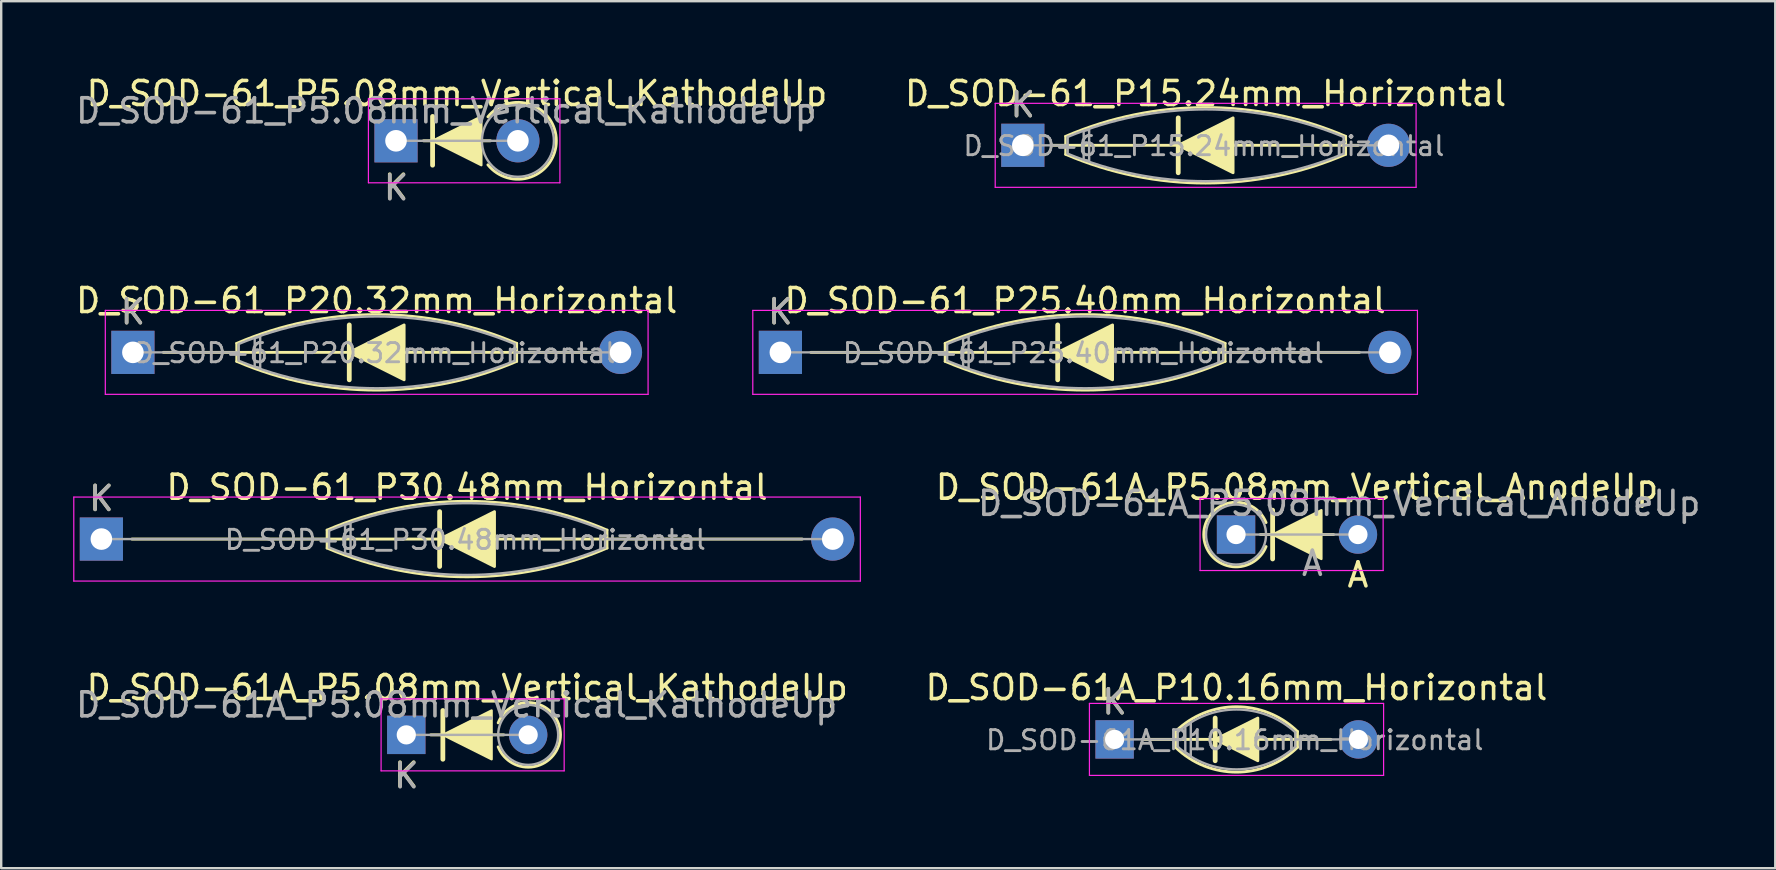
<source format=kicad_pcb>
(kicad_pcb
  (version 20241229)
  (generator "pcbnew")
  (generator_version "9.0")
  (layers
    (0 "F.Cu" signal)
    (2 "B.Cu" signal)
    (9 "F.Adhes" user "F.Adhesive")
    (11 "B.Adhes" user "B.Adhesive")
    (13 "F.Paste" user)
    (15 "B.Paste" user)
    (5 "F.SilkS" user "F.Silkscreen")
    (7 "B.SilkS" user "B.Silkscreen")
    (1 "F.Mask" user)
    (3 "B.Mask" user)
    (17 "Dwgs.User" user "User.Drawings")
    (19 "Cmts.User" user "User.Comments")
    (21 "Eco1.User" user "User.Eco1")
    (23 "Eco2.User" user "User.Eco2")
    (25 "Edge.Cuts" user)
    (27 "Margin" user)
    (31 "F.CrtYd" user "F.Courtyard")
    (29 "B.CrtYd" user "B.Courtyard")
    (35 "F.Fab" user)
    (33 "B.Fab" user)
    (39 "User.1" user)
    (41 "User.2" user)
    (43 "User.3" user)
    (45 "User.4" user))
  (footprint "D_SOD-61_P15.24mm_Horizontal"
    (layer "F.Cu")
    (at 39.576 3.006)
    (property "Reference" "D_SOD-61_P15.24mm_Horizontal" (at 7.62 -2.158 0) (layer "F.SilkS") (effects (font (size 1 1) (thickness 0.15))))
    (attr through_hole)
    (fp_line (start 1.27 0) (end 13.97 0) (stroke (width 0.12) (type solid)) (layer "F.SilkS"))
    (fp_line (start 1.778 0.381) (end 1.778 -0.381) (stroke (width 0.1) (type default)) (layer "F.SilkS"))
    (fp_line (start 6.477 -1.143) (end 6.477 1.143) (stroke (width 0.2) (type default)) (layer "F.SilkS"))
    (fp_line (start 13.462 -0.381) (end 13.462 0.381) (stroke (width 0.1) (type default)) (layer "F.SilkS"))
    (fp_arc (start 1.778 -0.380999) (mid 7.62 -1.583547) (end 13.462 -0.380999) (stroke (width 0.1) (type default)) (layer "F.SilkS"))
    (fp_arc (start 13.462 0.381) (mid 7.62 1.583548) (end 1.778 0.381) (stroke (width 0.1) (type default)) (layer "F.SilkS"))
    (fp_poly (pts (xy 6.477 0) (xy 8.763 -1.143) (xy 8.763 1.143)) (stroke (width 0.12) (type solid)) (fill yes) (layer "F.SilkS"))
    (fp_line (start -1.15 -1.75) (end -1.15 1.75) (stroke (width 0.05) (type solid)) (layer "F.CrtYd"))
    (fp_line (start -1.15 1.75) (end 16.39 1.75) (stroke (width 0.05) (type solid)) (layer "F.CrtYd"))
    (fp_line (start 16.39 -1.75) (end -1.15 -1.75) (stroke (width 0.05) (type solid)) (layer "F.CrtYd"))
    (fp_line (start 16.39 1.75) (end 16.39 -1.75) (stroke (width 0.05) (type solid)) (layer "F.CrtYd"))
    (fp_line (start 0 0) (end 1.87 0) (stroke (width 0.1) (type default)) (layer "F.Fab"))
    (fp_line (start 1.87 -0.35) (end 1.87 0.35) (stroke (width 0.1) (type default)) (layer "F.Fab"))
    (fp_line (start 13.37 -0.35) (end 13.37 0.35) (stroke (width 0.1) (type default)) (layer "F.Fab"))
    (fp_line (start 15.24 0) (end 13.37 0) (stroke (width 0.1) (type default)) (layer "F.Fab"))
    (fp_arc (start 1.870003 -0.350001) (mid 7.620002 -1.496166) (end 13.37 -0.35) (stroke (width 0.1) (type default)) (layer "F.Fab"))
    (fp_arc (start 13.369997 0.350001) (mid 7.619998 1.496166) (end 1.87 0.35) (stroke (width 0.1) (type default)) (layer "F.Fab"))
    (fp_poly (pts (xy 2.536 -0.6) (xy 2.536 0.6) (xy 2.765 0.65) (xy 2.765 -0.65)) (stroke (width 0.1) (type solid)) (fill no) (layer "F.Fab"))
    (fp_text user "K" (at 0 -1.692 0) (layer "F.SilkS") (effects (font (size 1 1) (thickness 0.15))))
    (fp_text user "${REFERENCE}" (at 7.547 0.028 0) (layer "F.Fab") (effects (font (size 0.8 0.8) (thickness 0.12))))
    (fp_text user "K" (at 0 -1.692 0) (layer "F.Fab") (effects (font (size 1 1) (thickness 0.15))))
    (pad "1" thru_hole rect (at 0 0) (size 1.8 1.8) (drill 0.9) (layers "*.Cu" "*.Mask"))
    (pad "2" thru_hole oval (at 15.24 0) (size 1.8 1.8) (drill 0.9) (layers "*.Cu" "*.Mask")))
  (footprint "D_SOD-61_P25.40mm_Horizontal"
    (layer "F.Cu")
    (at 29.473 11.635)
    (property "Reference" "D_SOD-61_P25.40mm_Horizontal" (at 12.7 -2.158 0) (layer "F.SilkS") (effects (font (size 1 1) (thickness 0.15))))
    (attr through_hole)
    (fp_line (start 1.27 0) (end 24.13 0) (stroke (width 0.12) (type solid)) (layer "F.SilkS"))
    (fp_line (start 6.858 0.381) (end 6.858 -0.381) (stroke (width 0.1) (type default)) (layer "F.SilkS"))
    (fp_line (start 11.557 -1.143) (end 11.557 1.143) (stroke (width 0.2) (type default)) (layer "F.SilkS"))
    (fp_line (start 18.542 -0.381) (end 18.542 0.381) (stroke (width 0.1) (type default)) (layer "F.SilkS"))
    (fp_arc (start 6.858 -0.380999) (mid 12.7 -1.583547) (end 18.542 -0.380999) (stroke (width 0.1) (type default)) (layer "F.SilkS"))
    (fp_arc (start 18.542 0.381) (mid 12.7 1.583548) (end 6.858 0.381) (stroke (width 0.1) (type default)) (layer "F.SilkS"))
    (fp_poly (pts (xy 11.557 0) (xy 13.843 -1.143) (xy 13.843 1.143)) (stroke (width 0.12) (type solid)) (fill yes) (layer "F.SilkS"))
    (fp_line (start -1.15 -1.75) (end -1.15 1.75) (stroke (width 0.05) (type solid)) (layer "F.CrtYd"))
    (fp_line (start -1.15 1.75) (end 26.55 1.75) (stroke (width 0.05) (type solid)) (layer "F.CrtYd"))
    (fp_line (start 26.55 -1.75) (end -1.15 -1.75) (stroke (width 0.05) (type solid)) (layer "F.CrtYd"))
    (fp_line (start 26.55 1.75) (end 26.55 -1.75) (stroke (width 0.05) (type solid)) (layer "F.CrtYd"))
    (fp_line (start 0 0) (end 6.95 0) (stroke (width 0.1) (type default)) (layer "F.Fab"))
    (fp_line (start 6.95 -0.35) (end 6.95 0.35) (stroke (width 0.1) (type default)) (layer "F.Fab"))
    (fp_line (start 18.45 -0.35) (end 18.45 0.35) (stroke (width 0.1) (type default)) (layer "F.Fab"))
    (fp_line (start 25.4 0) (end 18.45 0) (stroke (width 0.1) (type default)) (layer "F.Fab"))
    (fp_arc (start 6.950003 -0.350001) (mid 12.700002 -1.496166) (end 18.45 -0.35) (stroke (width 0.1) (type default)) (layer "F.Fab"))
    (fp_arc (start 18.449997 0.350001) (mid 12.699998 1.496166) (end 6.95 0.35) (stroke (width 0.1) (type default)) (layer "F.Fab"))
    (fp_poly (pts (xy 7.616 -0.6) (xy 7.616 0.6) (xy 7.845 0.65) (xy 7.845 -0.65)) (stroke (width 0.1) (type solid)) (fill no) (layer "F.Fab"))
    (fp_text user "K" (at 0 -1.692 0) (layer "F.SilkS") (effects (font (size 1 1) (thickness 0.15))))
    (fp_text user "K" (at 0 -1.692 0) (layer "F.Fab") (effects (font (size 1 1) (thickness 0.15))))
    (fp_text user "${REFERENCE}" (at 12.627 0.028 0) (layer "F.Fab") (effects (font (size 0.8 0.8) (thickness 0.12))))
    (pad "1" thru_hole rect (at 0 0) (size 1.8 1.8) (drill 0.9) (layers "*.Cu" "*.Mask"))
    (pad "2" thru_hole oval (at 25.4 0) (size 1.8 1.8) (drill 0.9) (layers "*.Cu" "*.Mask")))
  (footprint "D_SOD-61A_P5.08mm_Vertical_KathodeUp"
    (layer "F.Cu")
    (at 13.882 27.576)
    (property "Reference" "D_SOD-61A_P5.08mm_Vertical_KathodeUp" (at 2.54 -1.97 0) (layer "F.SilkS") (effects (font (size 1 1) (thickness 0.15))))
    (attr through_hole)
    (fp_line (start 1.016 0) (end 2.413 0) (stroke (width 0.12) (type solid)) (layer "F.SilkS"))
    (fp_line (start 1.524 -1.016) (end 1.524 1.016) (stroke (width 0.2) (type solid)) (layer "F.SilkS"))
    (fp_line (start 1.92 0) (end 4.064 0) (stroke (width 0.12) (type solid)) (layer "F.SilkS"))
    (fp_arc (start 3.83 -0.5) (mid 6.426291 0) (end 3.83 0.5) (stroke (width 0.12) (type default)) (layer "F.SilkS"))
    (fp_poly (pts (xy 3.556 1.016) (xy 1.524 0) (xy 3.556 -1.016)) (stroke (width 0.1) (type solid)) (fill yes) (layer "F.SilkS"))
    (fp_line (start -1.05 -1.5) (end -1.05 1.5) (stroke (width 0.05) (type solid)) (layer "F.CrtYd"))
    (fp_line (start -1.05 1.5) (end 6.58 1.5) (stroke (width 0.05) (type solid)) (layer "F.CrtYd"))
    (fp_line (start 6.58 -1.5) (end -1.05 -1.5) (stroke (width 0.05) (type solid)) (layer "F.CrtYd"))
    (fp_line (start 6.58 1.5) (end 6.58 -1.5) (stroke (width 0.05) (type solid)) (layer "F.CrtYd"))
    (fp_line (start 0 0) (end 5.08 0) (stroke (width 0.1) (type solid)) (layer "F.Fab"))
    (fp_circle (center 5.08 0) (end 3.83 0) (stroke (width 0.1) (type solid)) (fill no) (layer "F.Fab"))
    (fp_text user "K" (at 0 1.682 0) (layer "F.SilkS") (effects (font (size 1 1) (thickness 0.15))))
    (fp_text user "K" (at 0.005 1.708 0) (layer "F.Fab") (effects (font (size 1 1) (thickness 0.15))))
    (fp_text user "${REFERENCE}" (at 2.1 -1.25 0) (layer "F.Fab") (effects (font (size 1 1) (thickness 0.15))))
    (pad "1" thru_hole rect (at 0 0) (size 1.6 1.6) (drill 0.8) (layers "*.Cu" "*.Mask"))
    (pad "2" thru_hole oval (at 5.08 0) (size 1.6 1.6) (drill 0.8) (layers "*.Cu" "*.Mask")))
  (footprint "D_SOD-61_P5.08mm_Vertical_KathodeUp"
    (layer "F.Cu")
    (at 13.454 2.818)
    (property "Reference" "D_SOD-61_P5.08mm_Vertical_KathodeUp" (at 2.54 -1.97 0) (layer "F.SilkS") (effects (font (size 1 1) (thickness 0.15))))
    (attr through_hole)
    (fp_line (start 1.143 0) (end 2.413 0) (stroke (width 0.12) (type solid)) (layer "F.SilkS"))
    (fp_line (start 1.524 -1.016) (end 1.524 1.016) (stroke (width 0.2) (type solid)) (layer "F.SilkS"))
    (fp_line (start 1.92 0) (end 3.937 0) (stroke (width 0.12) (type solid)) (layer "F.SilkS"))
    (fp_arc (start 3.83 -1) (mid 6.680781 0) (end 3.83 1) (stroke (width 0.12) (type default)) (layer "F.SilkS"))
    (fp_poly (pts (xy 3.556 1.016) (xy 1.524 0) (xy 3.556 -1.016)) (stroke (width 0.1) (type solid)) (fill yes) (layer "F.SilkS"))
    (fp_line (start -1.15 -1.75) (end -1.15 1.75) (stroke (width 0.05) (type solid)) (layer "F.CrtYd"))
    (fp_line (start -1.15 1.75) (end 6.83 1.75) (stroke (width 0.05) (type solid)) (layer "F.CrtYd"))
    (fp_line (start 6.83 -1.75) (end -1.15 -1.75) (stroke (width 0.05) (type solid)) (layer "F.CrtYd"))
    (fp_line (start 6.83 1.75) (end 6.83 -1.75) (stroke (width 0.05) (type solid)) (layer "F.CrtYd"))
    (fp_line (start 0 0) (end 5.08 0) (stroke (width 0.1) (type solid)) (layer "F.Fab"))
    (fp_circle (center 5.08 0) (end 3.58 0) (stroke (width 0.1) (type solid)) (fill no) (layer "F.Fab"))
    (fp_text user "K" (at 0 1.936 0) (layer "F.SilkS") (effects (font (size 1 1) (thickness 0.15))))
    (fp_text user "K" (at 0.005 1.962 0) (layer "F.Fab") (effects (font (size 1 1) (thickness 0.15))))
    (fp_text user "${REFERENCE}" (at 2.1 -1.25 0) (layer "F.Fab") (effects (font (size 1 1) (thickness 0.15))))
    (pad "1" thru_hole rect (at 0 0) (size 1.8 1.8) (drill 0.9) (layers "*.Cu" "*.Mask"))
    (pad "2" thru_hole oval (at 5.08 0) (size 1.8 1.8) (drill 0.9) (layers "*.Cu" "*.Mask")))
  (footprint "D_SOD-61A_P10.16mm_Horizontal"
    (layer "F.Cu")
    (at 43.402 27.765)
    (property "Reference" "D_SOD-61A_P10.16mm_Horizontal" (at 5.08 -2.158 0) (layer "F.SilkS") (effects (font (size 1 1) (thickness 0.15))))
    (attr through_hole)
    (fp_line (start 1.143 0) (end 9.017 0) (stroke (width 0.12) (type solid)) (layer "F.SilkS"))
    (fp_line (start 2.54 0.33) (end 2.54 -0.33) (stroke (width 0.12) (type default)) (layer "F.SilkS"))
    (fp_line (start 4.191 -0.889) (end 4.191 0.889) (stroke (width 0.2) (type default)) (layer "F.SilkS"))
    (fp_line (start 7.62 0.33) (end 7.62 -0.33) (stroke (width 0.12) (type default)) (layer "F.SilkS"))
    (fp_arc (start 2.54 -0.3302) (mid 5.08 -1.360382) (end 7.62 -0.3302) (stroke (width 0.12) (type default)) (layer "F.SilkS"))
    (fp_arc (start 7.619999 0.3302) (mid 5.08 1.363559) (end 2.540001 0.330199) (stroke (width 0.12) (type default)) (layer "F.SilkS"))
    (fp_poly (pts (xy 4.191 0) (xy 5.969 -0.889) (xy 5.969 0.889)) (stroke (width 0.12) (type solid)) (fill yes) (layer "F.SilkS"))
    (fp_line (start -1.05 -1.5) (end -1.05 1.5) (stroke (width 0.05) (type solid)) (layer "F.CrtYd"))
    (fp_line (start -1.05 1.5) (end 11.21 1.5) (stroke (width 0.05) (type solid)) (layer "F.CrtYd"))
    (fp_line (start 11.21 -1.5) (end -1.05 -1.5) (stroke (width 0.05) (type solid)) (layer "F.CrtYd"))
    (fp_line (start 11.21 1.5) (end 11.21 -1.5) (stroke (width 0.05) (type solid)) (layer "F.CrtYd"))
    (fp_line (start 2.63 -0.3) (end 2.63 0.3) (stroke (width 0.1) (type default)) (layer "F.Fab"))
    (fp_line (start 2.63 0) (end 0 0) (stroke (width 0.1) (type default)) (layer "F.Fab"))
    (fp_line (start 7.53 -0.3) (end 7.53 0.3) (stroke (width 0.1) (type default)) (layer "F.Fab"))
    (fp_line (start 7.53 0) (end 10.16 0) (stroke (width 0.1) (type default)) (layer "F.Fab"))
    (fp_arc (start 2.630001 -0.299999) (mid 5.08 -1.246955) (end 7.529999 -0.299999) (stroke (width 0.1) (type default)) (layer "F.Fab"))
    (fp_arc (start 7.532763 0.303045) (mid 5.08 1.25) (end 2.627237 0.303045) (stroke (width 0.1) (type default)) (layer "F.Fab"))
    (fp_poly (pts (xy 2.946 -0.533) (xy 2.946 0.533) (xy 3.175 0.686) (xy 3.175 -0.686)) (stroke (width 0.1) (type solid)) (fill no) (layer "F.Fab"))
    (fp_text user "K" (at 0 -1.565 0) (layer "F.SilkS") (effects (font (size 1 1) (thickness 0.15))))
    (fp_text user "K" (at 0 -1.565 0) (layer "F.Fab") (effects (font (size 1 1) (thickness 0.15))))
    (fp_text user "${REFERENCE}" (at 5.007 0.028 0) (layer "F.Fab") (effects (font (size 0.8 0.8) (thickness 0.12))))
    (pad "1" thru_hole rect (at 0 0) (size 1.6 1.6) (drill 0.8) (layers "*.Cu" "*.Mask"))
    (pad "2" thru_hole oval (at 10.16 0) (size 1.6 1.6) (drill 0.8) (layers "*.Cu" "*.Mask")))
  (footprint "D_SOD-61A_P5.08mm_Vertical_AnodeUp"
    (layer "F.Cu")
    (at 48.463 19.228)
    (property "Reference" "D_SOD-61A_P5.08mm_Vertical_AnodeUp" (at 2.54 -1.97 0) (layer "F.SilkS") (effects (font (size 1 1) (thickness 0.15))))
    (attr through_hole)
    (fp_line (start 1.016 0) (end 2.413 0) (stroke (width 0.12) (type solid)) (layer "F.SilkS"))
    (fp_line (start 1.524 -1.016) (end 1.524 1.016) (stroke (width 0.2) (type solid)) (layer "F.SilkS"))
    (fp_line (start 1.92 0) (end 4.064 0) (stroke (width 0.12) (type solid)) (layer "F.SilkS"))
    (fp_arc (start 1.25 0.5) (mid -1.346291 0) (end 1.25 -0.5) (stroke (width 0.12) (type default)) (layer "F.SilkS"))
    (fp_poly (pts (xy 3.556 1.016) (xy 1.524 0) (xy 3.556 -1.016)) (stroke (width 0.1) (type solid)) (fill yes) (layer "F.SilkS"))
    (fp_line (start -1.5 -1.5) (end -1.5 1.5) (stroke (width 0.05) (type solid)) (layer "F.CrtYd"))
    (fp_line (start -1.5 1.5) (end 6.13 1.5) (stroke (width 0.05) (type solid)) (layer "F.CrtYd"))
    (fp_line (start 6.13 -1.5) (end -1.5 -1.5) (stroke (width 0.05) (type solid)) (layer "F.CrtYd"))
    (fp_line (start 6.13 1.5) (end 6.13 -1.5) (stroke (width 0.05) (type solid)) (layer "F.CrtYd"))
    (fp_line (start 0 0) (end 5.08 0) (stroke (width 0.1) (type solid)) (layer "F.Fab"))
    (fp_circle (center 0 0) (end 1.25 0) (stroke (width 0.1) (type solid)) (fill no) (layer "F.Fab"))
    (fp_text user "A" (at 5.08 1.682 0) (layer "F.SilkS") (effects (font (size 1 1) (thickness 0.15))))
    (fp_text user "${REFERENCE}" (at 4.3 -1.3 0) (layer "F.Fab") (effects (font (size 1 1) (thickness 0.15))))
    (fp_text user "A" (at 3.18 1.2 0) (layer "F.Fab") (effects (font (size 1 1) (thickness 0.15))))
    (pad "1" thru_hole rect (at 0 0) (size 1.6 1.6) (drill 0.8) (layers "*.Cu" "*.Mask"))
    (pad "2" thru_hole oval (at 5.08 0) (size 1.6 1.6) (drill 0.8) (layers "*.Cu" "*.Mask")))
  (footprint "D_SOD-61_P30.48mm_Horizontal"
    (layer "F.Cu")
    (at 1.175 19.416)
    (property "Reference" "D_SOD-61_P30.48mm_Horizontal" (at 15.24 -2.158 0) (layer "F.SilkS") (effects (font (size 1 1) (thickness 0.15))))
    (attr through_hole)
    (fp_line (start 1.27 0) (end 29.21 0) (stroke (width 0.12) (type solid)) (layer "F.SilkS"))
    (fp_line (start 9.398 0.381) (end 9.398 -0.381) (stroke (width 0.1) (type default)) (layer "F.SilkS"))
    (fp_line (start 14.097 -1.143) (end 14.097 1.143) (stroke (width 0.2) (type default)) (layer "F.SilkS"))
    (fp_line (start 21.082 -0.381) (end 21.082 0.381) (stroke (width 0.1) (type default)) (layer "F.SilkS"))
    (fp_arc (start 9.398 -0.380999) (mid 15.24 -1.583547) (end 21.082 -0.380999) (stroke (width 0.1) (type default)) (layer "F.SilkS"))
    (fp_arc (start 21.082 0.381) (mid 15.24 1.583548) (end 9.398 0.381) (stroke (width 0.1) (type default)) (layer "F.SilkS"))
    (fp_poly (pts (xy 14.097 0) (xy 16.383 -1.143) (xy 16.383 1.143)) (stroke (width 0.12) (type solid)) (fill yes) (layer "F.SilkS"))
    (fp_line (start -1.15 -1.75) (end -1.15 1.75) (stroke (width 0.05) (type solid)) (layer "F.CrtYd"))
    (fp_line (start -1.15 1.75) (end 31.63 1.75) (stroke (width 0.05) (type solid)) (layer "F.CrtYd"))
    (fp_line (start 31.63 -1.75) (end -1.15 -1.75) (stroke (width 0.05) (type solid)) (layer "F.CrtYd"))
    (fp_line (start 31.63 1.75) (end 31.63 -1.75) (stroke (width 0.05) (type solid)) (layer "F.CrtYd"))
    (fp_line (start 0 0) (end 9.49 0) (stroke (width 0.1) (type default)) (layer "F.Fab"))
    (fp_line (start 9.49 -0.35) (end 9.49 0.35) (stroke (width 0.1) (type default)) (layer "F.Fab"))
    (fp_line (start 20.99 -0.35) (end 20.99 0.35) (stroke (width 0.1) (type default)) (layer "F.Fab"))
    (fp_line (start 30.48 0) (end 20.99 0) (stroke (width 0.1) (type default)) (layer "F.Fab"))
    (fp_arc (start 9.490003 -0.350001) (mid 15.240002 -1.496166) (end 20.99 -0.35) (stroke (width 0.1) (type default)) (layer "F.Fab"))
    (fp_arc (start 20.989997 0.350001) (mid 15.239998 1.496166) (end 9.49 0.35) (stroke (width 0.1) (type default)) (layer "F.Fab"))
    (fp_poly (pts (xy 10.156 -0.6) (xy 10.156 0.6) (xy 10.385 0.65) (xy 10.385 -0.65)) (stroke (width 0.1) (type solid)) (fill no) (layer "F.Fab"))
    (fp_text user "K" (at 0 -1.692 0) (layer "F.SilkS") (effects (font (size 1 1) (thickness 0.15))))
    (fp_text user "${REFERENCE}" (at 15.167 0.028 0) (layer "F.Fab") (effects (font (size 0.8 0.8) (thickness 0.12))))
    (fp_text user "K" (at 0 -1.692 0) (layer "F.Fab") (effects (font (size 1 1) (thickness 0.15))))
    (pad "1" thru_hole rect (at 0 0) (size 1.8 1.8) (drill 0.9) (layers "*.Cu" "*.Mask"))
    (pad "2" thru_hole oval (at 30.48 0) (size 1.8 1.8) (drill 0.9) (layers "*.Cu" "*.Mask")))
  (footprint "D_SOD-61_P20.32mm_Horizontal"
    (layer "F.Cu")
    (at 2.489 11.635)
    (property "Reference" "D_SOD-61_P20.32mm_Horizontal" (at 10.16 -2.158 0) (layer "F.SilkS") (effects (font (size 1 1) (thickness 0.15))))
    (attr through_hole)
    (fp_line (start 1.27 0) (end 19.05 0) (stroke (width 0.12) (type solid)) (layer "F.SilkS"))
    (fp_line (start 4.318 0.381) (end 4.318 -0.381) (stroke (width 0.1) (type default)) (layer "F.SilkS"))
    (fp_line (start 9.017 -1.143) (end 9.017 1.143) (stroke (width 0.2) (type default)) (layer "F.SilkS"))
    (fp_line (start 16.002 -0.381) (end 16.002 0.381) (stroke (width 0.1) (type default)) (layer "F.SilkS"))
    (fp_arc (start 4.318 -0.380999) (mid 10.16 -1.583547) (end 16.002 -0.380999) (stroke (width 0.1) (type default)) (layer "F.SilkS"))
    (fp_arc (start 16.002 0.381) (mid 10.16 1.583548) (end 4.318 0.381) (stroke (width 0.1) (type default)) (layer "F.SilkS"))
    (fp_poly (pts (xy 9.017 0) (xy 11.303 -1.143) (xy 11.303 1.143)) (stroke (width 0.12) (type solid)) (fill yes) (layer "F.SilkS"))
    (fp_line (start -1.15 -1.75) (end -1.15 1.75) (stroke (width 0.05) (type solid)) (layer "F.CrtYd"))
    (fp_line (start -1.15 1.75) (end 21.47 1.75) (stroke (width 0.05) (type solid)) (layer "F.CrtYd"))
    (fp_line (start 21.47 -1.75) (end -1.15 -1.75) (stroke (width 0.05) (type solid)) (layer "F.CrtYd"))
    (fp_line (start 21.47 1.75) (end 21.47 -1.75) (stroke (width 0.05) (type solid)) (layer "F.CrtYd"))
    (fp_line (start 0 0) (end 4.41 0) (stroke (width 0.1) (type default)) (layer "F.Fab"))
    (fp_line (start 4.41 -0.35) (end 4.41 0.35) (stroke (width 0.1) (type default)) (layer "F.Fab"))
    (fp_line (start 15.91 -0.35) (end 15.91 0.35) (stroke (width 0.1) (type default)) (layer "F.Fab"))
    (fp_line (start 20.32 0) (end 15.91 0) (stroke (width 0.1) (type default)) (layer "F.Fab"))
    (fp_arc (start 4.410003 -0.350001) (mid 10.160002 -1.496166) (end 15.91 -0.35) (stroke (width 0.1) (type default)) (layer "F.Fab"))
    (fp_arc (start 15.909997 0.350001) (mid 10.159998 1.496166) (end 4.41 0.35) (stroke (width 0.1) (type default)) (layer "F.Fab"))
    (fp_poly (pts (xy 5.076 -0.6) (xy 5.076 0.6) (xy 5.305 0.65) (xy 5.305 -0.65)) (stroke (width 0.1) (type solid)) (fill no) (layer "F.Fab"))
    (fp_text user "K" (at 0 -1.692 0) (layer "F.SilkS") (effects (font (size 1 1) (thickness 0.15))))
    (fp_text user "${REFERENCE}" (at 10.087 0.028 0) (layer "F.Fab") (effects (font (size 0.8 0.8) (thickness 0.12))))
    (fp_text user "K" (at 0 -1.692 0) (layer "F.Fab") (effects (font (size 1 1) (thickness 0.15))))
    (pad "1" thru_hole rect (at 0 0) (size 1.8 1.8) (drill 0.9) (layers "*.Cu" "*.Mask"))
    (pad "2" thru_hole oval (at 20.32 0) (size 1.8 1.8) (drill 0.9) (layers "*.Cu" "*.Mask")))
  (gr_rect
    (start -3 -3)
    (end 70.935 33.133)
    (stroke (width 0.1) (type default))
    (fill no)
    (layer "Edge.Cuts")))
</source>
